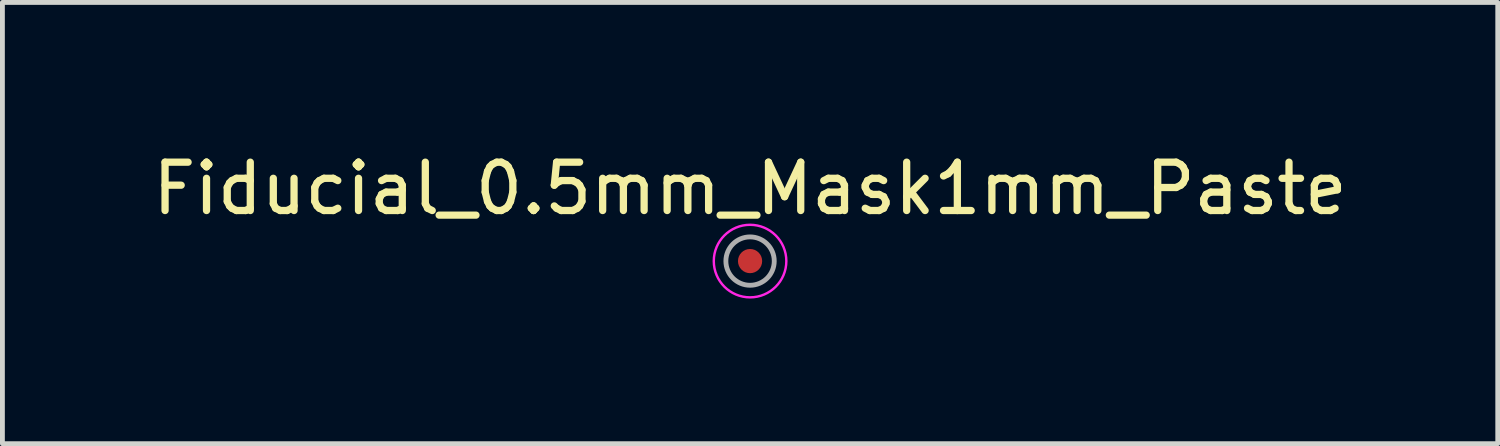
<source format=kicad_pcb>
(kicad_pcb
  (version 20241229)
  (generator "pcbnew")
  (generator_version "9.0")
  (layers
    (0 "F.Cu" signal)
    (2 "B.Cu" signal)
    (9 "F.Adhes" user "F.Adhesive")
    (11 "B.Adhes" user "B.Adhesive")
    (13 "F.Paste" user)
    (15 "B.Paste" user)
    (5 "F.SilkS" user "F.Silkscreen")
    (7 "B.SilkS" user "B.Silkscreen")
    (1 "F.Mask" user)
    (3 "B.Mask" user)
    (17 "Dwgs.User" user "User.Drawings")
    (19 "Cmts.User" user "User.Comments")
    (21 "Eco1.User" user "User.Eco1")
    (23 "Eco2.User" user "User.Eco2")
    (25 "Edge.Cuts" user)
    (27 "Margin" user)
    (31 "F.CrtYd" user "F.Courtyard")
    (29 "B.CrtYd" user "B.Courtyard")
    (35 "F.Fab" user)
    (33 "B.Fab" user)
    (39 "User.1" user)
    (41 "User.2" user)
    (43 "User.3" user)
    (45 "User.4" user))
  (footprint "Fiducial_0.5mm_Mask1mm_Paste"
    (layer "F.Cu")
    (at 12.458 2.348)
    (property "Reference" "Fiducial_0.5mm_Mask1mm_Paste" (at 0 -1.5 0) (layer "F.SilkS") (effects (font (size 1 1) (thickness 0.15))))
    (attr exclude_from_bom)
    (fp_circle (center 0 0) (end 0.75 0) (stroke (width 0.05) (type solid)) (fill no) (layer "F.CrtYd"))
    (fp_circle (center 0 0) (end 0.5 0) (stroke (width 0.1) (type solid)) (fill no) (layer "F.Fab"))
    (pad "" smd circle (at 0 0) (size 0.5 0.5) (property pad_prop_fiducial_glob) (layers "F.Cu" "F.Mask" "F.Paste")))
  (gr_rect
    (start -3 -3)
    (end 27.917 6.123)
    (stroke (width 0.1) (type default))
    (fill no)
    (layer "Edge.Cuts")))
</source>
